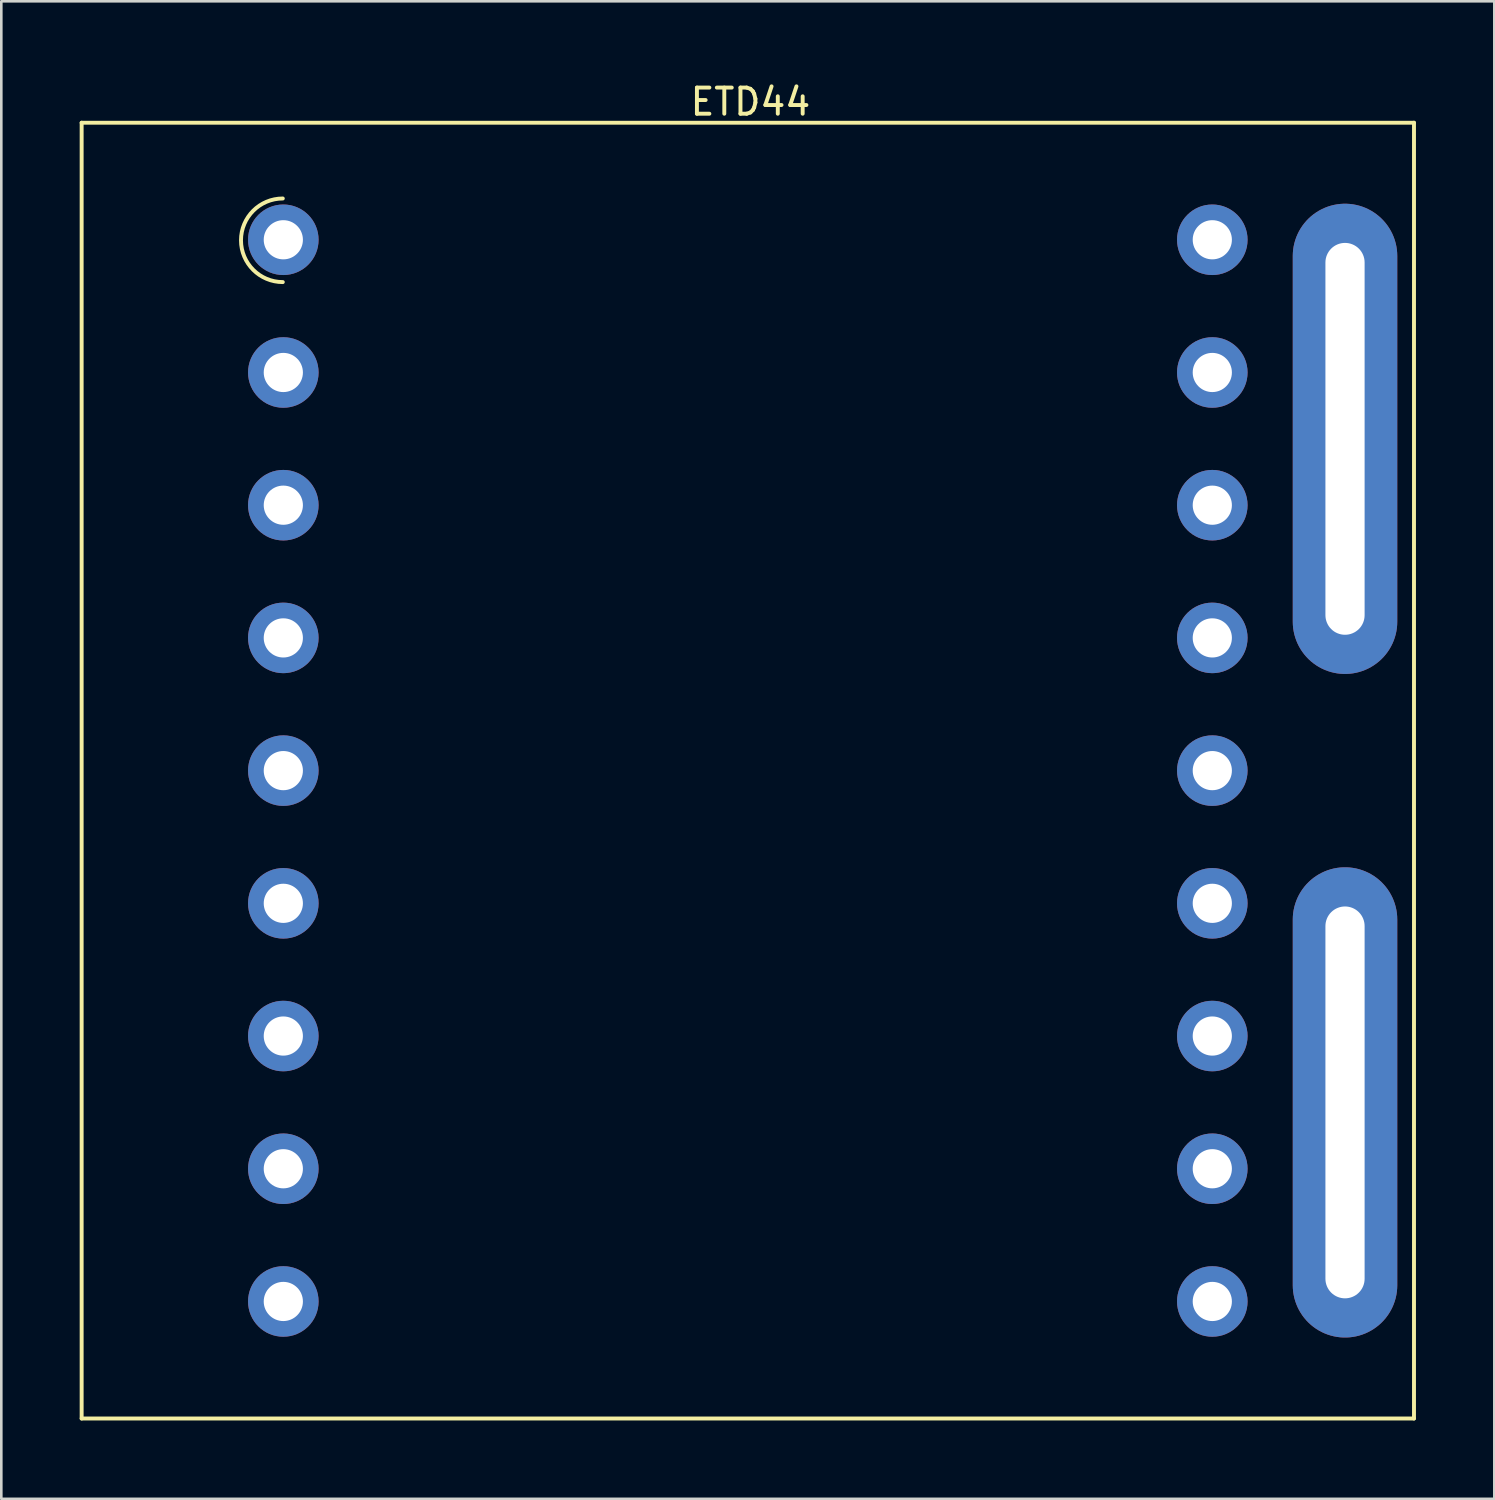
<source format=kicad_pcb>
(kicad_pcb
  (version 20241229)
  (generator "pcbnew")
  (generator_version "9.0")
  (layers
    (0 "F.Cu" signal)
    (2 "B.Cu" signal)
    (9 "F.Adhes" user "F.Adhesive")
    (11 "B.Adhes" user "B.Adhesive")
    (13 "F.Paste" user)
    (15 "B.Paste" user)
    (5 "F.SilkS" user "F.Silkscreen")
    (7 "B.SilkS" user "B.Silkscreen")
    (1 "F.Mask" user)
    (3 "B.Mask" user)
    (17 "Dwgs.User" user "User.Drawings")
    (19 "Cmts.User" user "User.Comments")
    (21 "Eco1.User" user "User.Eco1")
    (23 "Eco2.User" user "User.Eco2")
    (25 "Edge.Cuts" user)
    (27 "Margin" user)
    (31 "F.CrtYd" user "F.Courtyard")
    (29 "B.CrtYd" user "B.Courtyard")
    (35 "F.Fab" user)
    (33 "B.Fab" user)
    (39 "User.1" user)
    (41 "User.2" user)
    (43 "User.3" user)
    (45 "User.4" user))
  (footprint "ETD44"
    (layer "F.Cu")
    (at 25.575 26.448)
    (property "Reference" "ETD44" (at 0.1 -25.6 0) (layer "F.SilkS") (effects (font (size 1 1) (thickness 0.15))))
    (attr through_hole)
    (fp_line (start -25.5 -24.8) (end 25.5 -24.8) (stroke (width 0.15) (type solid)) (layer "F.SilkS"))
    (fp_line (start -25.5 24.8) (end -25.5 -24.8) (stroke (width 0.15) (type solid)) (layer "F.SilkS"))
    (fp_line (start 25.5 -24.8) (end 25.5 24.8) (stroke (width 0.15) (type solid)) (layer "F.SilkS"))
    (fp_line (start 25.5 24.8) (end -25.5 24.8) (stroke (width 0.15) (type solid)) (layer "F.SilkS"))
    (fp_arc (start -17.8 -18.7) (mid -19.4 -20.3) (end -17.8 -21.9) (stroke (width 0.15) (type solid)) (layer "F.SilkS"))
    (pad "1" thru_hole circle (at -17.78 -20.32) (size 2.7 2.7) (drill 1.5) (layers "*.Cu" "*.Mask"))
    (pad "2" thru_hole circle (at -17.78 -15.24) (size 2.7 2.7) (drill 1.5) (layers "*.Cu" "*.Mask"))
    (pad "3" thru_hole circle (at -17.78 -10.16) (size 2.7 2.7) (drill 1.5) (layers "*.Cu" "*.Mask"))
    (pad "4" thru_hole circle (at -17.78 -5.08) (size 2.7 2.7) (drill 1.5) (layers "*.Cu" "*.Mask"))
    (pad "5" thru_hole circle (at -17.78 0) (size 2.7 2.7) (drill 1.5) (layers "*.Cu" "*.Mask"))
    (pad "6" thru_hole circle (at -17.78 5.08) (size 2.7 2.7) (drill 1.5) (layers "*.Cu" "*.Mask"))
    (pad "7" thru_hole circle (at -17.78 10.16) (size 2.7 2.7) (drill 1.5) (layers "*.Cu" "*.Mask"))
    (pad "8" thru_hole circle (at -17.78 15.24) (size 2.7 2.7) (drill 1.5) (layers "*.Cu" "*.Mask"))
    (pad "9" thru_hole circle (at -17.78 20.32) (size 2.7 2.7) (drill 1.5) (layers "*.Cu" "*.Mask"))
    (pad "10" thru_hole circle (at 17.78 20.32) (size 2.7 2.7) (drill 1.5) (layers "*.Cu" "*.Mask"))
    (pad "11" thru_hole circle (at 17.78 15.24) (size 2.7 2.7) (drill 1.5) (layers "*.Cu" "*.Mask"))
    (pad "12" thru_hole circle (at 17.78 10.16) (size 2.7 2.7) (drill 1.5) (layers "*.Cu" "*.Mask"))
    (pad "13" thru_hole circle (at 17.78 5.08) (size 2.7 2.7) (drill 1.5) (layers "*.Cu" "*.Mask"))
    (pad "14" thru_hole circle (at 17.78 0) (size 2.7 2.7) (drill 1.5) (layers "*.Cu" "*.Mask"))
    (pad "15" thru_hole circle (at 17.78 -5.08) (size 2.7 2.7) (drill 1.5) (layers "*.Cu" "*.Mask"))
    (pad "16" thru_hole circle (at 17.78 -10.16) (size 2.7 2.7) (drill 1.5) (layers "*.Cu" "*.Mask"))
    (pad "17" thru_hole circle (at 17.78 -15.24) (size 2.7 2.7) (drill 1.5) (layers "*.Cu" "*.Mask"))
    (pad "18" thru_hole circle (at 17.78 -20.32) (size 2.7 2.7) (drill 1.5) (layers "*.Cu" "*.Mask"))
    (pad "FOIL_1" thru_hole oval (at 22.86 -12.7) (size 4 18) (drill oval 1.5 15) (layers "*.Cu" "*.Mask"))
    (pad "FOIL_2" thru_hole oval (at 22.86 12.7) (size 4 18) (drill oval 1.5 15) (layers "*.Cu" "*.Mask")))
  (gr_rect
    (start -3 -3)
    (end 54.15 54.323)
    (stroke (width 0.1) (type default))
    (fill no)
    (layer "Edge.Cuts")))
</source>
